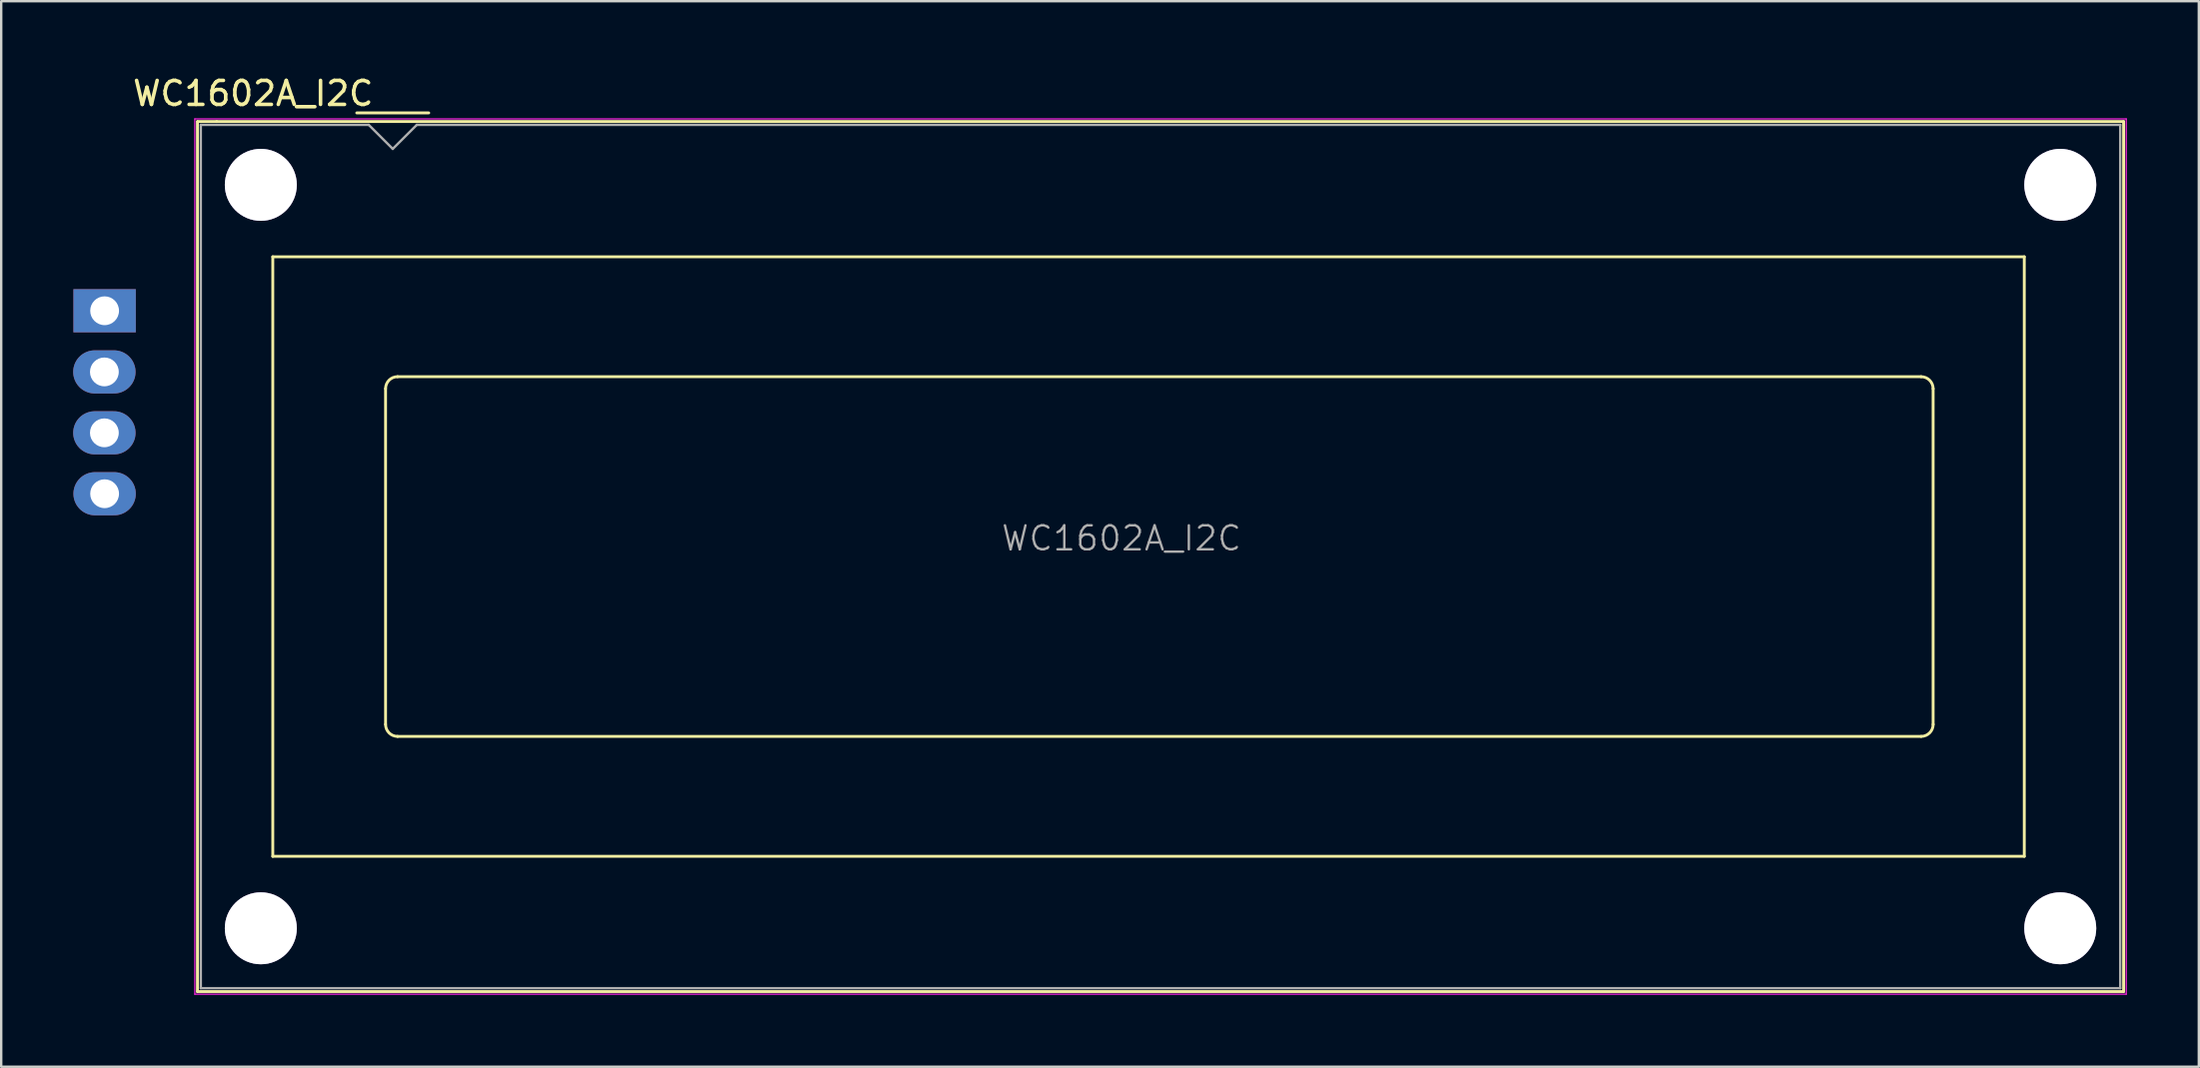
<source format=kicad_pcb>
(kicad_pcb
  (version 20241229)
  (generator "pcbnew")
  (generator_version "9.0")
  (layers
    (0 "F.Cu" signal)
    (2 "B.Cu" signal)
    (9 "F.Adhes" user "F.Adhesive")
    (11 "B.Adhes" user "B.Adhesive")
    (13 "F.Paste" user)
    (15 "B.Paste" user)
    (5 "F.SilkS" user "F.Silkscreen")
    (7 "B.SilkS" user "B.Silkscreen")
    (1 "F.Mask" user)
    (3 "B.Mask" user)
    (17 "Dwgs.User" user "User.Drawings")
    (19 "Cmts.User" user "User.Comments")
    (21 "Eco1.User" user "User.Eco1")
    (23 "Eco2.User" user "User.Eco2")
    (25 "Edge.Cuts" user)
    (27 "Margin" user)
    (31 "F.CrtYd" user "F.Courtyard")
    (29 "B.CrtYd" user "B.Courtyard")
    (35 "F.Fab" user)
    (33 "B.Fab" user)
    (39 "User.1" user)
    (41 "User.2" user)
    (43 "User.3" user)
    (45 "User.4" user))
  (footprint "WC1602A_I2C"
    (layer "F.Cu")
    (at 41.32 18.658)
    (property "Reference" "WC1602A_I2C" (at -33.82 -17.81 0) (layer "F.SilkS") (effects (font (size 1 1) (thickness 0.15))))
    (attr through_hole)
    (fp_line (start -36.14 -16.64) (end -36.14 19.64) (stroke (width 0.12) (type solid)) (layer "F.SilkS"))
    (fp_line (start -36.14 19.64) (end 44.14 19.64) (stroke (width 0.12) (type solid)) (layer "F.SilkS"))
    (fp_line (start -36.13 -16.64) (end -35.34 -16.64) (stroke (width 0.12) (type solid)) (layer "F.SilkS"))
    (fp_line (start -33 -11) (end 40 -11) (stroke (width 0.12) (type solid)) (layer "F.SilkS"))
    (fp_line (start -33 14) (end -33 -11) (stroke (width 0.12) (type solid)) (layer "F.SilkS"))
    (fp_line (start -29.5 -17) (end -26.5 -17) (stroke (width 0.12) (type solid)) (layer "F.SilkS"))
    (fp_line (start -28.3 8.499) (end -28.3 -5.5) (stroke (width 0.12) (type solid)) (layer "F.SilkS"))
    (fp_line (start -27.8 -6) (end 35.7 -6) (stroke (width 0.12) (type solid)) (layer "F.SilkS"))
    (fp_line (start 35.701 9) (end -27.8 9) (stroke (width 0.12) (type solid)) (layer "F.SilkS"))
    (fp_line (start 36.2 -5.5) (end 36.2 8.5) (stroke (width 0.12) (type solid)) (layer "F.SilkS"))
    (fp_line (start 40 -11) (end 40 14) (stroke (width 0.12) (type solid)) (layer "F.SilkS"))
    (fp_line (start 40 14) (end -33 14) (stroke (width 0.12) (type solid)) (layer "F.SilkS"))
    (fp_line (start 44.14 -16.64) (end -35.34 -16.64) (stroke (width 0.12) (type solid)) (layer "F.SilkS"))
    (fp_line (start 44.14 19.64) (end 44.14 -16.64) (stroke (width 0.12) (type solid)) (layer "F.SilkS"))
    (fp_arc (start -28.29972 -5.50116) (mid -28.153162 -5.854982) (end -27.79934 -6.00154) (stroke (width 0.12) (type solid)) (layer "F.SilkS"))
    (fp_arc (start -27.79934 8.9997) (mid -28.153162 8.853142) (end -28.29972 8.49932) (stroke (width 0.12) (type solid)) (layer "F.SilkS"))
    (fp_arc (start 35.7 -6) (mid 36.053553 -5.853553) (end 36.2 -5.5) (stroke (width 0.12) (type solid)) (layer "F.SilkS"))
    (fp_arc (start 36.20104 8.49932) (mid 36.054482 8.853142) (end 35.70066 8.9997) (stroke (width 0.12) (type solid)) (layer "F.SilkS"))
    (fp_line (start -36.25 -16.75) (end -36.25 19.75) (stroke (width 0.05) (type solid)) (layer "F.CrtYd"))
    (fp_line (start -36.25 -16.75) (end 44.25 -16.75) (stroke (width 0.05) (type solid)) (layer "F.CrtYd"))
    (fp_line (start -36.25 19.75) (end 44.25 19.75) (stroke (width 0.05) (type solid)) (layer "F.CrtYd"))
    (fp_line (start 44.25 -16.75) (end 44.25 19.75) (stroke (width 0.05) (type solid)) (layer "F.CrtYd"))
    (fp_line (start -36 19.5) (end -36 -16.5) (stroke (width 0.1) (type solid)) (layer "F.Fab"))
    (fp_line (start -29 -16.5) (end -36 -16.5) (stroke (width 0.1) (type solid)) (layer "F.Fab"))
    (fp_line (start -28 -15.5) (end -29 -16.5) (stroke (width 0.1) (type solid)) (layer "F.Fab"))
    (fp_line (start -27 -16.5) (end -28 -15.5) (stroke (width 0.1) (type solid)) (layer "F.Fab"))
    (fp_line (start -27 -16.5) (end 44 -16.5) (stroke (width 0.1) (type solid)) (layer "F.Fab"))
    (fp_line (start 44 -16.5) (end 44 19.5) (stroke (width 0.1) (type solid)) (layer "F.Fab"))
    (fp_line (start 44 19.5) (end -36 19.5) (stroke (width 0.1) (type solid)) (layer "F.Fab"))
    (fp_text user "${REFERENCE}" (at 2.37 0.74 0) (layer "F.Fab") (effects (font (size 1 1) (thickness 0.1))))
    (pad "" thru_hole circle (at -33.499 -14) (size 3 3) (drill 3) (layers "*.Cu" "*.Mask"))
    (pad "" thru_hole circle (at -33.499 17.001) (size 3 3) (drill 3) (layers "*.Cu" "*.Mask"))
    (pad "" thru_hole circle (at 41.499 17.001) (size 3 3) (drill 3) (layers "*.Cu" "*.Mask"))
    (pad "" thru_hole circle (at 41.5 -14) (size 3 3) (drill 3) (layers "*.Cu" "*.Mask"))
    (pad "1" thru_hole rect (at -40.01 -8.75 90) (size 1.8 2.6) (drill 1.2) (layers "*.Cu" "*.Mask"))
    (pad "2" thru_hole oval (at -40.02 -6.2 90) (size 1.8 2.6) (drill 1.2) (layers "*.Cu" "*.Mask"))
    (pad "3" thru_hole oval (at -40.02 -3.66 90) (size 1.8 2.6) (drill 1.2) (layers "*.Cu" "*.Mask"))
    (pad "4" thru_hole oval (at -40.01 -1.12 90) (size 1.8 2.6) (drill 1.2) (layers "*.Cu" "*.Mask")))
  (gr_rect
    (start -3 -3)
    (end 88.595 41.433)
    (stroke (width 0.1) (type default))
    (fill no)
    (layer "Edge.Cuts")))
</source>
